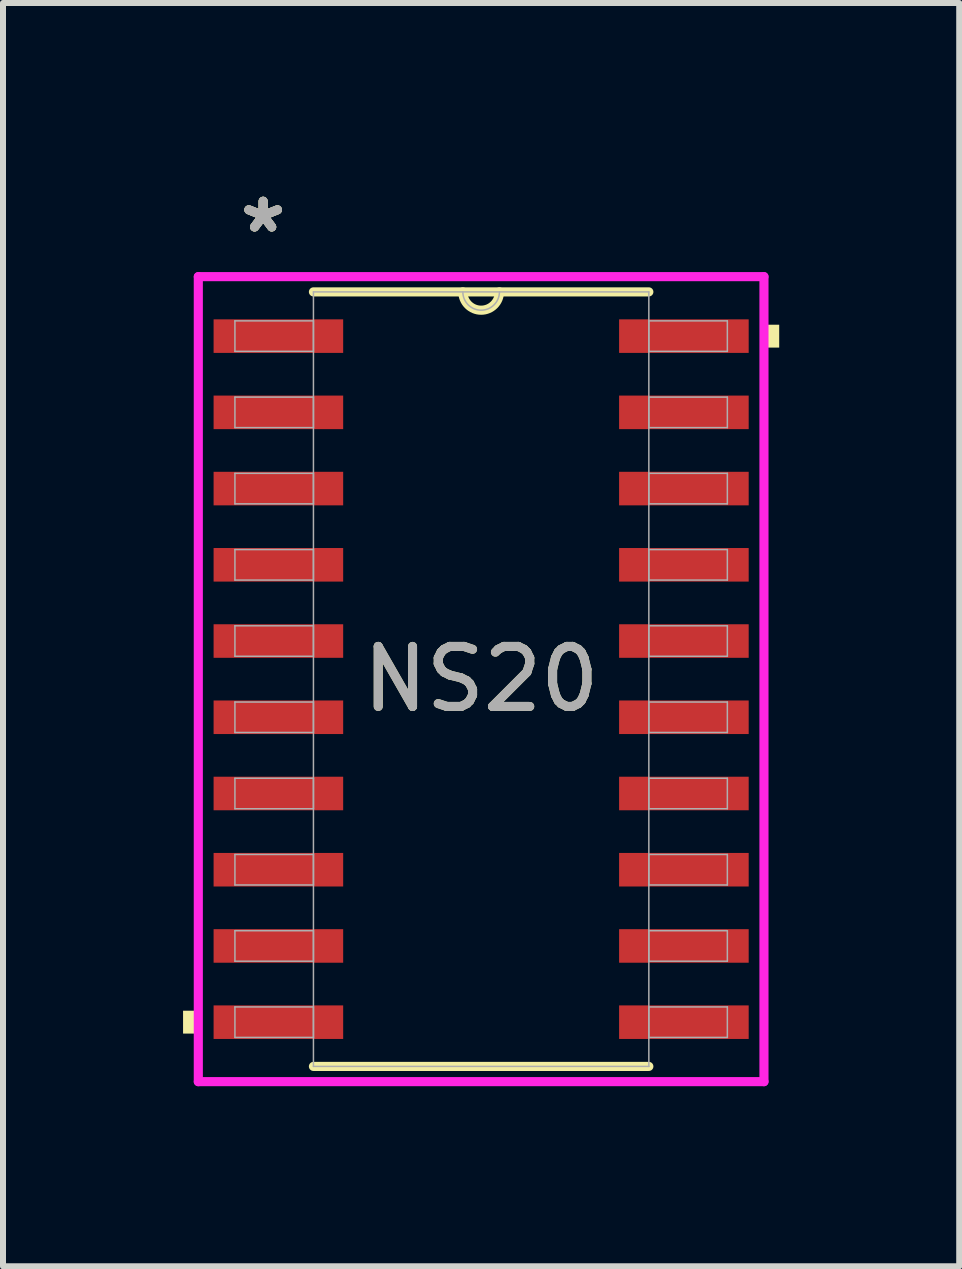
<source format=kicad_pcb>
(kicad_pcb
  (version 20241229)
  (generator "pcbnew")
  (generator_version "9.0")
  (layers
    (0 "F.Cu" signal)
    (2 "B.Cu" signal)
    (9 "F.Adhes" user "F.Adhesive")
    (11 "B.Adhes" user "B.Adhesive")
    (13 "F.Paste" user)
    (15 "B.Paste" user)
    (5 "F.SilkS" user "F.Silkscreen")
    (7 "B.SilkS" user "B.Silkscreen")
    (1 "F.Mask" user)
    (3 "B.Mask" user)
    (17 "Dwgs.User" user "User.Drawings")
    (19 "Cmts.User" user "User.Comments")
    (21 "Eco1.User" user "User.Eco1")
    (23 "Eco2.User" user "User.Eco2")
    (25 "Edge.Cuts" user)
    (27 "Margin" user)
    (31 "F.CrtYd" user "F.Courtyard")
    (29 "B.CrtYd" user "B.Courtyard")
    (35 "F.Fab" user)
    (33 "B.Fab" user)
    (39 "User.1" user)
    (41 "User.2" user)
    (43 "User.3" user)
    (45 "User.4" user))
  (footprint "NS20"
    (layer "F.Cu")
    (at 4.966 8.265)
    (property "Reference" "NS20" (at 0 0 0) (unlocked yes) (layer "F.SilkS") (effects (font (size 1 1) (thickness 0.15))))
    (attr smd)
    (fp_line (start -2.794 6.452) (end 2.794 6.452) (stroke (width 0.152) (type solid)) (layer "F.SilkS"))
    (fp_line (start 2.794 -6.452) (end -2.794 -6.452) (stroke (width 0.152) (type solid)) (layer "F.SilkS"))
    (fp_arc (start 0.3048 -6.4516) (mid 0 -6.1468) (end -0.3048 -6.4516) (stroke (width 0.1524) (type solid)) (layer "F.SilkS"))
    (fp_poly (pts (xy -4.966 5.524) (xy -4.966 5.905) (xy -4.712 5.905) (xy -4.712 5.524)) (stroke (width 0) (type solid)) (fill yes) (layer "F.SilkS"))
    (fp_poly (pts (xy 4.966 -5.905) (xy 4.966 -5.524) (xy 4.712 -5.524) (xy 4.712 -5.905)) (stroke (width 0) (type solid)) (fill yes) (layer "F.SilkS"))
    (fp_line (start -4.712 -6.706) (end 4.712 -6.706) (stroke (width 0.152) (type solid)) (layer "F.CrtYd"))
    (fp_line (start -4.712 6.706) (end -4.712 -6.706) (stroke (width 0.152) (type solid)) (layer "F.CrtYd"))
    (fp_line (start 4.712 -6.706) (end 4.712 6.706) (stroke (width 0.152) (type solid)) (layer "F.CrtYd"))
    (fp_line (start 4.712 6.706) (end -4.712 6.706) (stroke (width 0.152) (type solid)) (layer "F.CrtYd"))
    (fp_line (start -4.102 -5.969) (end -4.102 -5.461) (stroke (width 0.025) (type solid)) (layer "F.Fab"))
    (fp_line (start -4.102 -5.461) (end -2.794 -5.461) (stroke (width 0.025) (type solid)) (layer "F.Fab"))
    (fp_line (start -4.102 -4.699) (end -4.102 -4.191) (stroke (width 0.025) (type solid)) (layer "F.Fab"))
    (fp_line (start -4.102 -4.191) (end -2.794 -4.191) (stroke (width 0.025) (type solid)) (layer "F.Fab"))
    (fp_line (start -4.102 -3.429) (end -4.102 -2.921) (stroke (width 0.025) (type solid)) (layer "F.Fab"))
    (fp_line (start -4.102 -2.921) (end -2.794 -2.921) (stroke (width 0.025) (type solid)) (layer "F.Fab"))
    (fp_line (start -4.102 -2.159) (end -4.102 -1.651) (stroke (width 0.025) (type solid)) (layer "F.Fab"))
    (fp_line (start -4.102 -1.651) (end -2.794 -1.651) (stroke (width 0.025) (type solid)) (layer "F.Fab"))
    (fp_line (start -4.102 -0.889) (end -4.102 -0.381) (stroke (width 0.025) (type solid)) (layer "F.Fab"))
    (fp_line (start -4.102 -0.381) (end -2.794 -0.381) (stroke (width 0.025) (type solid)) (layer "F.Fab"))
    (fp_line (start -4.102 0.381) (end -4.102 0.889) (stroke (width 0.025) (type solid)) (layer "F.Fab"))
    (fp_line (start -4.102 0.889) (end -2.794 0.889) (stroke (width 0.025) (type solid)) (layer "F.Fab"))
    (fp_line (start -4.102 1.651) (end -4.102 2.159) (stroke (width 0.025) (type solid)) (layer "F.Fab"))
    (fp_line (start -4.102 2.159) (end -2.794 2.159) (stroke (width 0.025) (type solid)) (layer "F.Fab"))
    (fp_line (start -4.102 2.921) (end -4.102 3.429) (stroke (width 0.025) (type solid)) (layer "F.Fab"))
    (fp_line (start -4.102 3.429) (end -2.794 3.429) (stroke (width 0.025) (type solid)) (layer "F.Fab"))
    (fp_line (start -4.102 4.191) (end -4.102 4.699) (stroke (width 0.025) (type solid)) (layer "F.Fab"))
    (fp_line (start -4.102 4.699) (end -2.794 4.699) (stroke (width 0.025) (type solid)) (layer "F.Fab"))
    (fp_line (start -4.102 5.461) (end -4.102 5.969) (stroke (width 0.025) (type solid)) (layer "F.Fab"))
    (fp_line (start -4.102 5.969) (end -2.794 5.969) (stroke (width 0.025) (type solid)) (layer "F.Fab"))
    (fp_line (start -2.794 -6.452) (end -2.794 6.452) (stroke (width 0.025) (type solid)) (layer "F.Fab"))
    (fp_line (start -2.794 -5.969) (end -4.102 -5.969) (stroke (width 0.025) (type solid)) (layer "F.Fab"))
    (fp_line (start -2.794 -5.461) (end -2.794 -5.969) (stroke (width 0.025) (type solid)) (layer "F.Fab"))
    (fp_line (start -2.794 -4.699) (end -4.102 -4.699) (stroke (width 0.025) (type solid)) (layer "F.Fab"))
    (fp_line (start -2.794 -4.191) (end -2.794 -4.699) (stroke (width 0.025) (type solid)) (layer "F.Fab"))
    (fp_line (start -2.794 -3.429) (end -4.102 -3.429) (stroke (width 0.025) (type solid)) (layer "F.Fab"))
    (fp_line (start -2.794 -2.921) (end -2.794 -3.429) (stroke (width 0.025) (type solid)) (layer "F.Fab"))
    (fp_line (start -2.794 -2.159) (end -4.102 -2.159) (stroke (width 0.025) (type solid)) (layer "F.Fab"))
    (fp_line (start -2.794 -1.651) (end -2.794 -2.159) (stroke (width 0.025) (type solid)) (layer "F.Fab"))
    (fp_line (start -2.794 -0.889) (end -4.102 -0.889) (stroke (width 0.025) (type solid)) (layer "F.Fab"))
    (fp_line (start -2.794 -0.381) (end -2.794 -0.889) (stroke (width 0.025) (type solid)) (layer "F.Fab"))
    (fp_line (start -2.794 0.381) (end -4.102 0.381) (stroke (width 0.025) (type solid)) (layer "F.Fab"))
    (fp_line (start -2.794 0.889) (end -2.794 0.381) (stroke (width 0.025) (type solid)) (layer "F.Fab"))
    (fp_line (start -2.794 1.651) (end -4.102 1.651) (stroke (width 0.025) (type solid)) (layer "F.Fab"))
    (fp_line (start -2.794 2.159) (end -2.794 1.651) (stroke (width 0.025) (type solid)) (layer "F.Fab"))
    (fp_line (start -2.794 2.921) (end -4.102 2.921) (stroke (width 0.025) (type solid)) (layer "F.Fab"))
    (fp_line (start -2.794 3.429) (end -2.794 2.921) (stroke (width 0.025) (type solid)) (layer "F.Fab"))
    (fp_line (start -2.794 4.191) (end -4.102 4.191) (stroke (width 0.025) (type solid)) (layer "F.Fab"))
    (fp_line (start -2.794 4.699) (end -2.794 4.191) (stroke (width 0.025) (type solid)) (layer "F.Fab"))
    (fp_line (start -2.794 5.461) (end -4.102 5.461) (stroke (width 0.025) (type solid)) (layer "F.Fab"))
    (fp_line (start -2.794 5.969) (end -2.794 5.461) (stroke (width 0.025) (type solid)) (layer "F.Fab"))
    (fp_line (start -2.794 6.452) (end 2.794 6.452) (stroke (width 0.025) (type solid)) (layer "F.Fab"))
    (fp_line (start 2.794 -6.452) (end -2.794 -6.452) (stroke (width 0.025) (type solid)) (layer "F.Fab"))
    (fp_line (start 2.794 -5.969) (end 2.794 -5.461) (stroke (width 0.025) (type solid)) (layer "F.Fab"))
    (fp_line (start 2.794 -5.461) (end 4.102 -5.461) (stroke (width 0.025) (type solid)) (layer "F.Fab"))
    (fp_line (start 2.794 -4.699) (end 2.794 -4.191) (stroke (width 0.025) (type solid)) (layer "F.Fab"))
    (fp_line (start 2.794 -4.191) (end 4.102 -4.191) (stroke (width 0.025) (type solid)) (layer "F.Fab"))
    (fp_line (start 2.794 -3.429) (end 2.794 -2.921) (stroke (width 0.025) (type solid)) (layer "F.Fab"))
    (fp_line (start 2.794 -2.921) (end 4.102 -2.921) (stroke (width 0.025) (type solid)) (layer "F.Fab"))
    (fp_line (start 2.794 -2.159) (end 2.794 -1.651) (stroke (width 0.025) (type solid)) (layer "F.Fab"))
    (fp_line (start 2.794 -1.651) (end 4.102 -1.651) (stroke (width 0.025) (type solid)) (layer "F.Fab"))
    (fp_line (start 2.794 -0.889) (end 2.794 -0.381) (stroke (width 0.025) (type solid)) (layer "F.Fab"))
    (fp_line (start 2.794 -0.381) (end 4.102 -0.381) (stroke (width 0.025) (type solid)) (layer "F.Fab"))
    (fp_line (start 2.794 0.381) (end 2.794 0.889) (stroke (width 0.025) (type solid)) (layer "F.Fab"))
    (fp_line (start 2.794 0.889) (end 4.102 0.889) (stroke (width 0.025) (type solid)) (layer "F.Fab"))
    (fp_line (start 2.794 1.651) (end 2.794 2.159) (stroke (width 0.025) (type solid)) (layer "F.Fab"))
    (fp_line (start 2.794 2.159) (end 4.102 2.159) (stroke (width 0.025) (type solid)) (layer "F.Fab"))
    (fp_line (start 2.794 2.921) (end 2.794 3.429) (stroke (width 0.025) (type solid)) (layer "F.Fab"))
    (fp_line (start 2.794 3.429) (end 4.102 3.429) (stroke (width 0.025) (type solid)) (layer "F.Fab"))
    (fp_line (start 2.794 4.191) (end 2.794 4.699) (stroke (width 0.025) (type solid)) (layer "F.Fab"))
    (fp_line (start 2.794 4.699) (end 4.102 4.699) (stroke (width 0.025) (type solid)) (layer "F.Fab"))
    (fp_line (start 2.794 5.461) (end 2.794 5.969) (stroke (width 0.025) (type solid)) (layer "F.Fab"))
    (fp_line (start 2.794 5.969) (end 4.102 5.969) (stroke (width 0.025) (type solid)) (layer "F.Fab"))
    (fp_line (start 2.794 6.452) (end 2.794 -6.452) (stroke (width 0.025) (type solid)) (layer "F.Fab"))
    (fp_line (start 4.102 -5.969) (end 2.794 -5.969) (stroke (width 0.025) (type solid)) (layer "F.Fab"))
    (fp_line (start 4.102 -5.461) (end 4.102 -5.969) (stroke (width 0.025) (type solid)) (layer "F.Fab"))
    (fp_line (start 4.102 -4.699) (end 2.794 -4.699) (stroke (width 0.025) (type solid)) (layer "F.Fab"))
    (fp_line (start 4.102 -4.191) (end 4.102 -4.699) (stroke (width 0.025) (type solid)) (layer "F.Fab"))
    (fp_line (start 4.102 -3.429) (end 2.794 -3.429) (stroke (width 0.025) (type solid)) (layer "F.Fab"))
    (fp_line (start 4.102 -2.921) (end 4.102 -3.429) (stroke (width 0.025) (type solid)) (layer "F.Fab"))
    (fp_line (start 4.102 -2.159) (end 2.794 -2.159) (stroke (width 0.025) (type solid)) (layer "F.Fab"))
    (fp_line (start 4.102 -1.651) (end 4.102 -2.159) (stroke (width 0.025) (type solid)) (layer "F.Fab"))
    (fp_line (start 4.102 -0.889) (end 2.794 -0.889) (stroke (width 0.025) (type solid)) (layer "F.Fab"))
    (fp_line (start 4.102 -0.381) (end 4.102 -0.889) (stroke (width 0.025) (type solid)) (layer "F.Fab"))
    (fp_line (start 4.102 0.381) (end 2.794 0.381) (stroke (width 0.025) (type solid)) (layer "F.Fab"))
    (fp_line (start 4.102 0.889) (end 4.102 0.381) (stroke (width 0.025) (type solid)) (layer "F.Fab"))
    (fp_line (start 4.102 1.651) (end 2.794 1.651) (stroke (width 0.025) (type solid)) (layer "F.Fab"))
    (fp_line (start 4.102 2.159) (end 4.102 1.651) (stroke (width 0.025) (type solid)) (layer "F.Fab"))
    (fp_line (start 4.102 2.921) (end 2.794 2.921) (stroke (width 0.025) (type solid)) (layer "F.Fab"))
    (fp_line (start 4.102 3.429) (end 4.102 2.921) (stroke (width 0.025) (type solid)) (layer "F.Fab"))
    (fp_line (start 4.102 4.191) (end 2.794 4.191) (stroke (width 0.025) (type solid)) (layer "F.Fab"))
    (fp_line (start 4.102 4.699) (end 4.102 4.191) (stroke (width 0.025) (type solid)) (layer "F.Fab"))
    (fp_line (start 4.102 5.461) (end 2.794 5.461) (stroke (width 0.025) (type solid)) (layer "F.Fab"))
    (fp_line (start 4.102 5.969) (end 4.102 5.461) (stroke (width 0.025) (type solid)) (layer "F.Fab"))
    (fp_arc (start 0.3048 -6.4516) (mid 0 -6.1468) (end -0.3048 -6.4516) (stroke (width 0.0254) (type solid)) (layer "F.Fab"))
    (fp_text user "*" (at -3.632 -7.417 0) (unlocked yes) (layer "F.SilkS") (effects (font (size 1 1) (thickness 0.15))))
    (fp_text user "*" (at -3.632 -7.417 0) (layer "F.SilkS") (effects (font (size 1 1) (thickness 0.15))))
    (fp_text user "*" (at -3.632 -7.417 0) (layer "F.Fab") (effects (font (size 1 1) (thickness 0.15))))
    (fp_text user "${REFERENCE}" (at 0 0 0) (unlocked yes) (layer "F.Fab") (effects (font (size 1 1) (thickness 0.15))))
    (fp_text user "*" (at -3.632 -7.417 0) (unlocked yes) (layer "F.Fab") (effects (font (size 1 1) (thickness 0.15))))
    (pad "1" smd rect (at -3.378 -5.715) (size 2.159 0.559) (layers "F.Cu" "F.Mask" "F.Paste"))
    (pad "2" smd rect (at -3.378 -4.445) (size 2.159 0.559) (layers "F.Cu" "F.Mask" "F.Paste"))
    (pad "3" smd rect (at -3.378 -3.175) (size 2.159 0.559) (layers "F.Cu" "F.Mask" "F.Paste"))
    (pad "4" smd rect (at -3.378 -1.905) (size 2.159 0.559) (layers "F.Cu" "F.Mask" "F.Paste"))
    (pad "5" smd rect (at -3.378 -0.635) (size 2.159 0.559) (layers "F.Cu" "F.Mask" "F.Paste"))
    (pad "6" smd rect (at -3.378 0.635) (size 2.159 0.559) (layers "F.Cu" "F.Mask" "F.Paste"))
    (pad "7" smd rect (at -3.378 1.905) (size 2.159 0.559) (layers "F.Cu" "F.Mask" "F.Paste"))
    (pad "8" smd rect (at -3.378 3.175) (size 2.159 0.559) (layers "F.Cu" "F.Mask" "F.Paste"))
    (pad "9" smd rect (at -3.378 4.445) (size 2.159 0.559) (layers "F.Cu" "F.Mask" "F.Paste"))
    (pad "10" smd rect (at -3.378 5.715) (size 2.159 0.559) (layers "F.Cu" "F.Mask" "F.Paste"))
    (pad "11" smd rect (at 3.378 5.715) (size 2.159 0.559) (layers "F.Cu" "F.Mask" "F.Paste"))
    (pad "12" smd rect (at 3.378 4.445) (size 2.159 0.559) (layers "F.Cu" "F.Mask" "F.Paste"))
    (pad "13" smd rect (at 3.378 3.175) (size 2.159 0.559) (layers "F.Cu" "F.Mask" "F.Paste"))
    (pad "14" smd rect (at 3.378 1.905) (size 2.159 0.559) (layers "F.Cu" "F.Mask" "F.Paste"))
    (pad "15" smd rect (at 3.378 0.635) (size 2.159 0.559) (layers "F.Cu" "F.Mask" "F.Paste"))
    (pad "16" smd rect (at 3.378 -0.635) (size 2.159 0.559) (layers "F.Cu" "F.Mask" "F.Paste"))
    (pad "17" smd rect (at 3.378 -1.905) (size 2.159 0.559) (layers "F.Cu" "F.Mask" "F.Paste"))
    (pad "18" smd rect (at 3.378 -3.175) (size 2.159 0.559) (layers "F.Cu" "F.Mask" "F.Paste"))
    (pad "19" smd rect (at 3.378 -4.445) (size 2.159 0.559) (layers "F.Cu" "F.Mask" "F.Paste"))
    (pad "20" smd rect (at 3.378 -5.715) (size 2.159 0.559) (layers "F.Cu" "F.Mask" "F.Paste")))
  (gr_rect
    (start -3 -3)
    (end 12.931 18.047)
    (stroke (width 0.1) (type default))
    (fill no)
    (layer "Edge.Cuts")))
</source>
